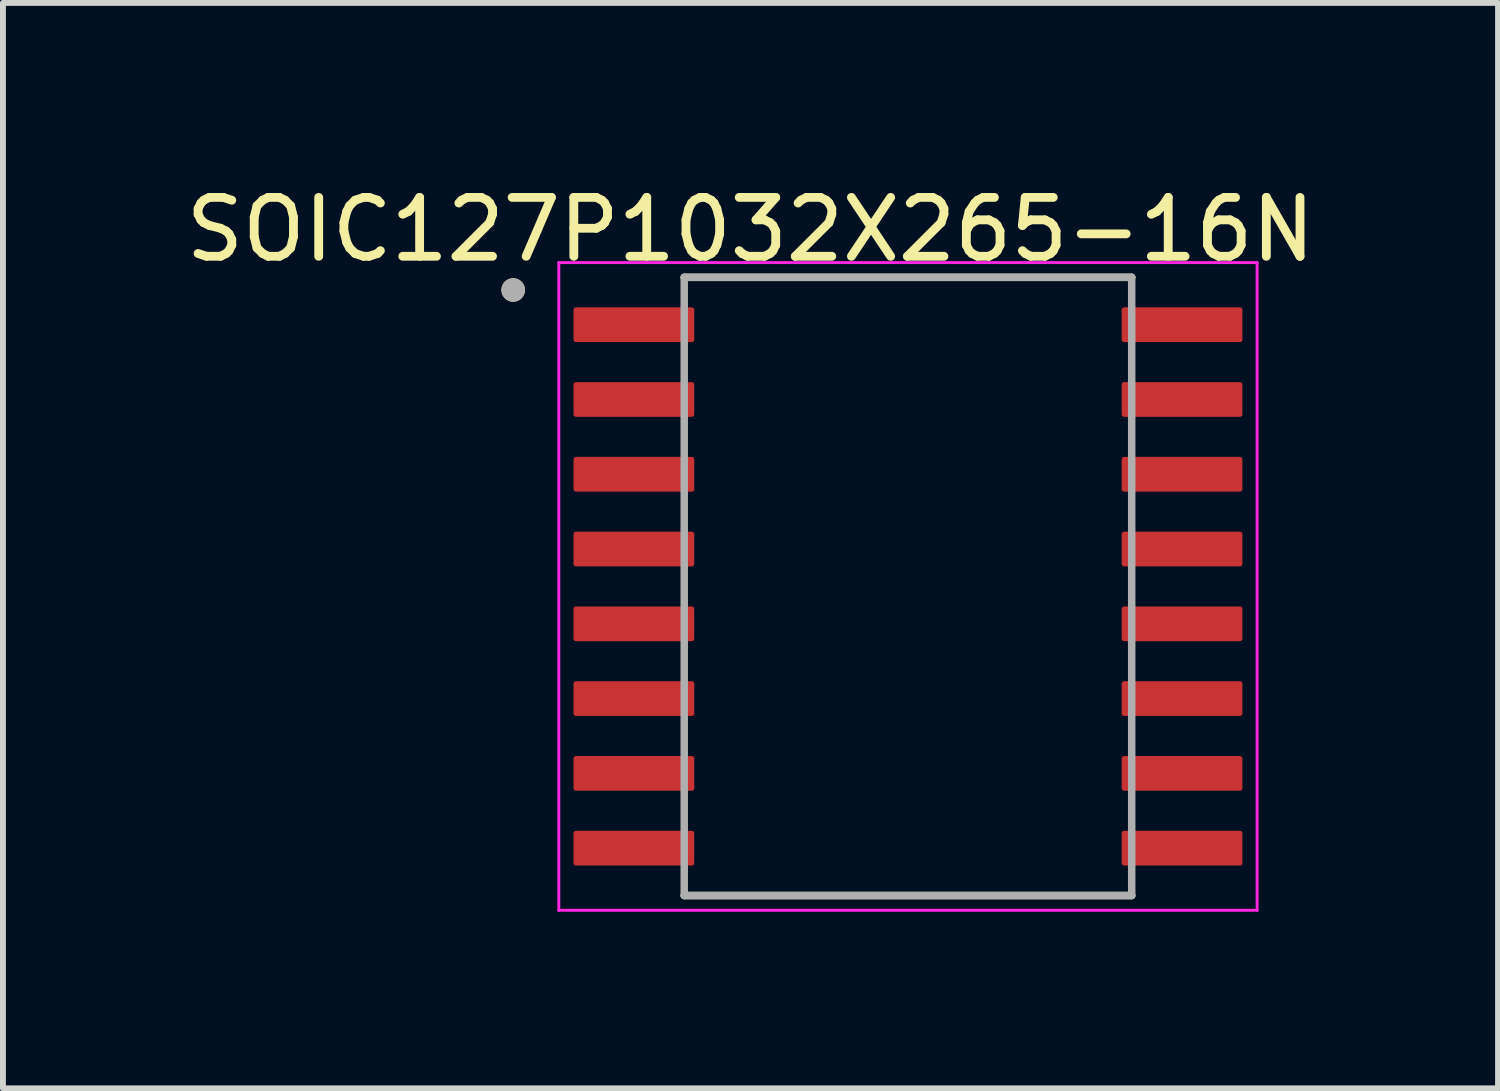
<source format=kicad_pcb>
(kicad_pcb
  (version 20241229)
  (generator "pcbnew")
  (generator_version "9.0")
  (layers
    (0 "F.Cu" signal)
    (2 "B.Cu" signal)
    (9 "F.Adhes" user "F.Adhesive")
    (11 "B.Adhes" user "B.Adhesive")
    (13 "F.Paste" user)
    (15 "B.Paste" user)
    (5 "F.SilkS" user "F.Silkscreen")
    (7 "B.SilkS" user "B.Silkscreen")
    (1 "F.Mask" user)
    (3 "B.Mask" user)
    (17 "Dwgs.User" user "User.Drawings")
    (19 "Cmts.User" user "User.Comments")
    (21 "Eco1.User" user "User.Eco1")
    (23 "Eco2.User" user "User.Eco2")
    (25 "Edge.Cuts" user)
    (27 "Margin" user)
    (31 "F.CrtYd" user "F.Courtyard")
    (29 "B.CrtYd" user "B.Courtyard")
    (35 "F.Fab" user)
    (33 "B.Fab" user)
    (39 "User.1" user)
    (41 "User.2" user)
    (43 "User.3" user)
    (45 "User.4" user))
  (footprint "SOIC127P1032X265-16N"
    (layer "F.Cu")
    (at 12.371 6.91)
    (property "Reference" "SOIC127P1032X265-16N" (at -2.675 -6.062 0) (layer "F.SilkS") (effects (font (size 1 1) (thickness 0.15))))
    (attr smd)
    (fp_line (start -3.8 -5.25) (end 3.8 -5.25) (stroke (width 0.127) (type solid)) (layer "F.SilkS"))
    (fp_line (start -3.8 5.25) (end 3.8 5.25) (stroke (width 0.127) (type solid)) (layer "F.SilkS"))
    (fp_circle (center -6.705 -5.035) (end -6.605 -5.035) (stroke (width 0.2) (type solid)) (fill no) (layer "F.SilkS"))
    (fp_line (start -5.93 -5.5) (end -5.93 5.5) (stroke (width 0.05) (type solid)) (layer "F.CrtYd"))
    (fp_line (start -5.93 -5.5) (end 5.93 -5.5) (stroke (width 0.05) (type solid)) (layer "F.CrtYd"))
    (fp_line (start -5.93 5.5) (end 5.93 5.5) (stroke (width 0.05) (type solid)) (layer "F.CrtYd"))
    (fp_line (start 5.93 -5.5) (end 5.93 5.5) (stroke (width 0.05) (type solid)) (layer "F.CrtYd"))
    (fp_line (start -3.8 -5.25) (end -3.8 5.25) (stroke (width 0.127) (type solid)) (layer "F.Fab"))
    (fp_line (start -3.8 -5.25) (end 3.8 -5.25) (stroke (width 0.127) (type solid)) (layer "F.Fab"))
    (fp_line (start -3.8 5.25) (end 3.8 5.25) (stroke (width 0.127) (type solid)) (layer "F.Fab"))
    (fp_line (start 3.8 -5.25) (end 3.8 5.25) (stroke (width 0.127) (type solid)) (layer "F.Fab"))
    (fp_circle (center -6.705 -5.035) (end -6.605 -5.035) (stroke (width 0.2) (type solid)) (fill no) (layer "F.Fab"))
    (pad "1" smd roundrect (at -4.655 -4.445) (size 2.05 0.59) (layers "F.Cu" "F.Mask" "F.Paste") (roundrect_rratio 0.07))
    (pad "2" smd roundrect (at -4.655 -3.175) (size 2.05 0.59) (layers "F.Cu" "F.Mask" "F.Paste") (roundrect_rratio 0.07))
    (pad "3" smd roundrect (at -4.655 -1.905) (size 2.05 0.59) (layers "F.Cu" "F.Mask" "F.Paste") (roundrect_rratio 0.07))
    (pad "4" smd roundrect (at -4.655 -0.635) (size 2.05 0.59) (layers "F.Cu" "F.Mask" "F.Paste") (roundrect_rratio 0.07))
    (pad "5" smd roundrect (at -4.655 0.635) (size 2.05 0.59) (layers "F.Cu" "F.Mask" "F.Paste") (roundrect_rratio 0.07))
    (pad "6" smd roundrect (at -4.655 1.905) (size 2.05 0.59) (layers "F.Cu" "F.Mask" "F.Paste") (roundrect_rratio 0.07))
    (pad "7" smd roundrect (at -4.655 3.175) (size 2.05 0.59) (layers "F.Cu" "F.Mask" "F.Paste") (roundrect_rratio 0.07))
    (pad "8" smd roundrect (at -4.655 4.445) (size 2.05 0.59) (layers "F.Cu" "F.Mask" "F.Paste") (roundrect_rratio 0.07))
    (pad "9" smd roundrect (at 4.655 4.445) (size 2.05 0.59) (layers "F.Cu" "F.Mask" "F.Paste") (roundrect_rratio 0.07))
    (pad "10" smd roundrect (at 4.655 3.175) (size 2.05 0.59) (layers "F.Cu" "F.Mask" "F.Paste") (roundrect_rratio 0.07))
    (pad "11" smd roundrect (at 4.655 1.905) (size 2.05 0.59) (layers "F.Cu" "F.Mask" "F.Paste") (roundrect_rratio 0.07))
    (pad "12" smd roundrect (at 4.655 0.635) (size 2.05 0.59) (layers "F.Cu" "F.Mask" "F.Paste") (roundrect_rratio 0.07))
    (pad "13" smd roundrect (at 4.655 -0.635) (size 2.05 0.59) (layers "F.Cu" "F.Mask" "F.Paste") (roundrect_rratio 0.07))
    (pad "14" smd roundrect (at 4.655 -1.905) (size 2.05 0.59) (layers "F.Cu" "F.Mask" "F.Paste") (roundrect_rratio 0.07))
    (pad "15" smd roundrect (at 4.655 -3.175) (size 2.05 0.59) (layers "F.Cu" "F.Mask" "F.Paste") (roundrect_rratio 0.07))
    (pad "16" smd roundrect (at 4.655 -4.445) (size 2.05 0.59) (layers "F.Cu" "F.Mask" "F.Paste") (roundrect_rratio 0.07)))
  (gr_rect
    (start -3 -3)
    (end 22.393 15.435)
    (stroke (width 0.1) (type default))
    (fill no)
    (layer "Edge.Cuts")))
</source>
